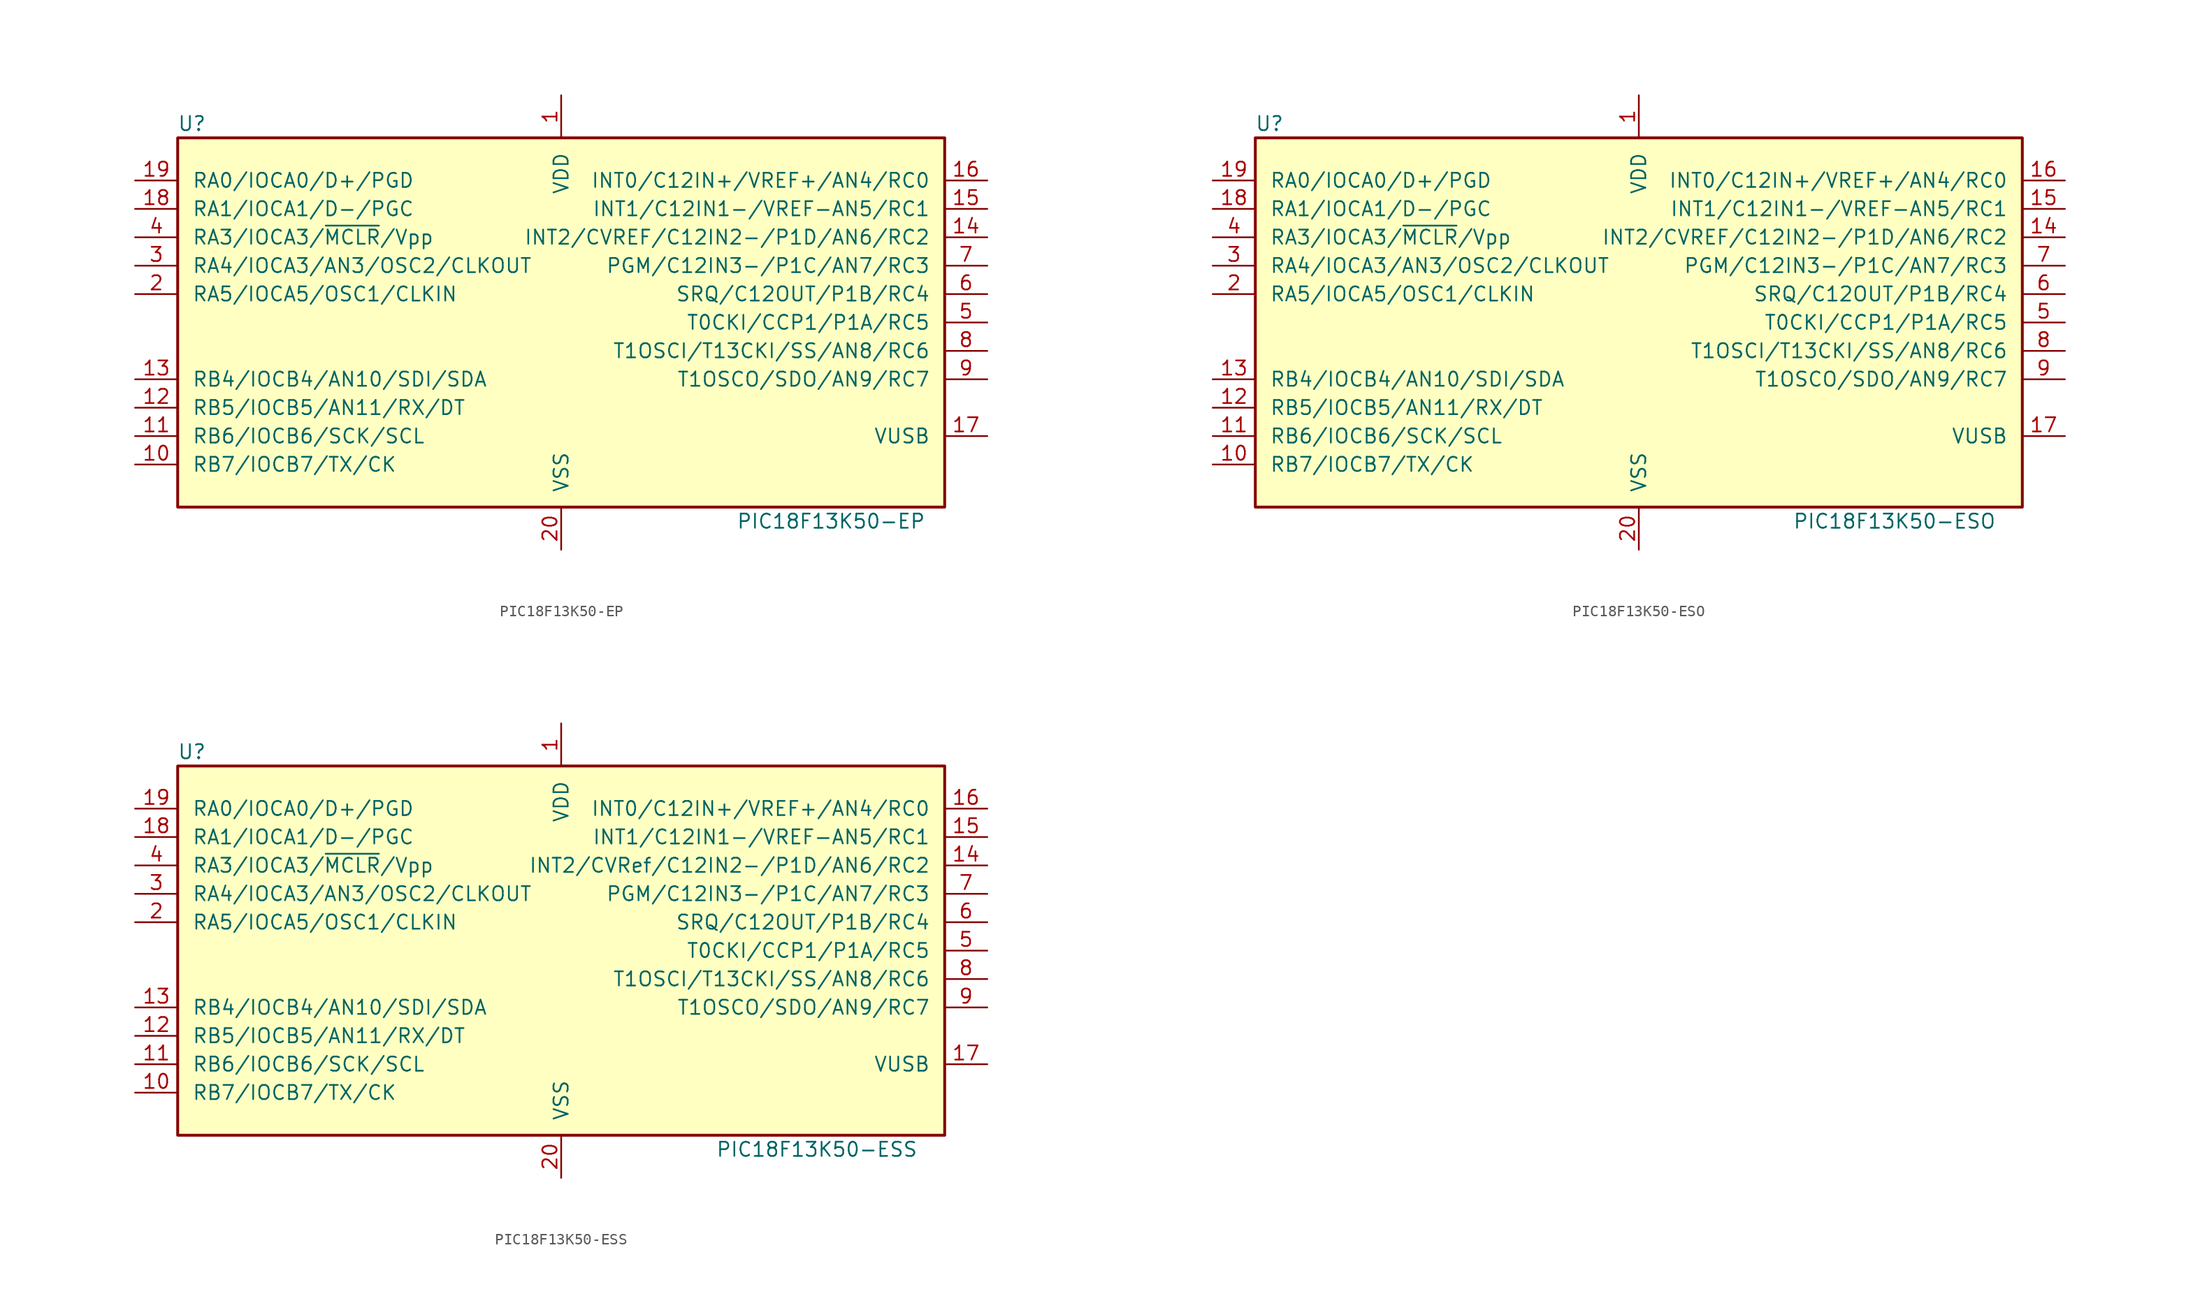
<source format=kicad_sym>
(kicad_symbol_lib
  (version 20201005)
  (generator kicad_symbol_editor)
  (symbol "MCU_Microchip_PIC18:PIC18F13K50-EP"
    (pin_names
      (offset 1.27))
    (property "Reference" "U"
      (at -33.02 17.78 0)
      (effects (font (size 1.27 1.27))))
    (property "Value" "PIC18F13K50-EP"
      (at 24.13 -17.78 0)
      (effects (font (size 1.27 1.27))))
    (symbol "PIC18F13K50-EP_0_1"
      (rectangle (start -34.29 16.51) (end 34.29 -16.51) (stroke (width 0.254)) (fill (type background))))
    (symbol "PIC18F13K50-EP_1_1"
      (pin power_in line (at 0 20.32 270) (length 3.81) (name "VDD" (effects (font (size 1.27 1.27)))) (number "1" (effects (font (size 1.27 1.27)))))
      (pin bidirectional line (at -38.1 -12.7 0) (length 3.81) (name "RB7/IOCB7/TX/CK" (effects (font (size 1.27 1.27)))) (number "10" (effects (font (size 1.27 1.27)))))
      (pin bidirectional line (at -38.1 -10.16 0) (length 3.81) (name "RB6/IOCB6/SCK/SCL" (effects (font (size 1.27 1.27)))) (number "11" (effects (font (size 1.27 1.27)))))
      (pin bidirectional line (at -38.1 -7.62 0) (length 3.81) (name "RB5/IOCB5/AN11/RX/DT" (effects (font (size 1.27 1.27)))) (number "12" (effects (font (size 1.27 1.27)))))
      (pin bidirectional line (at -38.1 -5.08 0) (length 3.81) (name "RB4/IOCB4/AN10/SDI/SDA" (effects (font (size 1.27 1.27)))) (number "13" (effects (font (size 1.27 1.27)))))
      (pin bidirectional line (at 38.1 7.62 180) (length 3.81) (name "INT2/CVREF/C12IN2-/P1D/AN6/RC2" (effects (font (size 1.27 1.27)))) (number "14" (effects (font (size 1.27 1.27)))))
      (pin bidirectional line (at 38.1 10.16 180) (length 3.81) (name "INT1/C12IN1-/VREF-AN5/RC1" (effects (font (size 1.27 1.27)))) (number "15" (effects (font (size 1.27 1.27)))))
      (pin bidirectional line (at 38.1 12.7 180) (length 3.81) (name "INT0/C12IN+/VREF+/AN4/RC0" (effects (font (size 1.27 1.27)))) (number "16" (effects (font (size 1.27 1.27)))))
      (pin passive line (at 38.1 -10.16 180) (length 3.81) (name "VUSB" (effects (font (size 1.27 1.27)))) (number "17" (effects (font (size 1.27 1.27)))))
      (pin bidirectional line (at -38.1 10.16 0) (length 3.81) (name "RA1/IOCA1/D-/PGC" (effects (font (size 1.27 1.27)))) (number "18" (effects (font (size 1.27 1.27)))))
      (pin bidirectional line (at -38.1 12.7 0) (length 3.81) (name "RA0/IOCA0/D+/PGD" (effects (font (size 1.27 1.27)))) (number "19" (effects (font (size 1.27 1.27)))))
      (pin bidirectional line (at -38.1 2.54 0) (length 3.81) (name "RA5/IOCA5/OSC1/CLKIN" (effects (font (size 1.27 1.27)))) (number "2" (effects (font (size 1.27 1.27)))))
      (pin power_in line (at 0 -20.32 90) (length 3.81) (name "VSS" (effects (font (size 1.27 1.27)))) (number "20" (effects (font (size 1.27 1.27)))))
      (pin bidirectional line (at -38.1 5.08 0) (length 3.81) (name "RA4/IOCA3/AN3/OSC2/CLKOUT" (effects (font (size 1.27 1.27)))) (number "3" (effects (font (size 1.27 1.27)))))
      (pin input line (at -38.1 7.62 0) (length 3.81) (name "RA3/IOCA3/~MCLR~/Vpp" (effects (font (size 1.27 1.27)))) (number "4" (effects (font (size 1.27 1.27)))))
      (pin bidirectional line (at 38.1 0 180) (length 3.81) (name "T0CKI/CCP1/P1A/RC5" (effects (font (size 1.27 1.27)))) (number "5" (effects (font (size 1.27 1.27)))))
      (pin bidirectional line (at 38.1 2.54 180) (length 3.81) (name "SRQ/C12OUT/P1B/RC4" (effects (font (size 1.27 1.27)))) (number "6" (effects (font (size 1.27 1.27)))))
      (pin bidirectional line (at 38.1 5.08 180) (length 3.81) (name "PGM/C12IN3-/P1C/AN7/RC3" (effects (font (size 1.27 1.27)))) (number "7" (effects (font (size 1.27 1.27)))))
      (pin bidirectional line (at 38.1 -2.54 180) (length 3.81) (name "T1OSCI/T13CKI/SS/AN8/RC6" (effects (font (size 1.27 1.27)))) (number "8" (effects (font (size 1.27 1.27)))))
      (pin bidirectional line (at 38.1 -5.08 180) (length 3.81) (name "T1OSCO/SDO/AN9/RC7" (effects (font (size 1.27 1.27)))) (number "9" (effects (font (size 1.27 1.27)))))))
  (symbol "MCU_Microchip_PIC18:PIC18F13K50-ESO"
    (pin_names
      (offset 1.27))
    (property "Reference" "U"
      (at -33.02 17.78 0)
      (effects (font (size 1.27 1.27))))
    (property "Value" "PIC18F13K50-ESO"
      (at 22.86 -17.78 0)
      (effects (font (size 1.27 1.27))))
    (symbol "PIC18F13K50-ESO_0_1"
      (rectangle (start -34.29 16.51) (end 34.29 -16.51) (stroke (width 0.254)) (fill (type background))))
    (symbol "PIC18F13K50-ESO_1_1"
      (pin power_in line (at 0 20.32 270) (length 3.81) (name "VDD" (effects (font (size 1.27 1.27)))) (number "1" (effects (font (size 1.27 1.27)))))
      (pin bidirectional line (at -38.1 -12.7 0) (length 3.81) (name "RB7/IOCB7/TX/CK" (effects (font (size 1.27 1.27)))) (number "10" (effects (font (size 1.27 1.27)))))
      (pin bidirectional line (at -38.1 -10.16 0) (length 3.81) (name "RB6/IOCB6/SCK/SCL" (effects (font (size 1.27 1.27)))) (number "11" (effects (font (size 1.27 1.27)))))
      (pin bidirectional line (at -38.1 -7.62 0) (length 3.81) (name "RB5/IOCB5/AN11/RX/DT" (effects (font (size 1.27 1.27)))) (number "12" (effects (font (size 1.27 1.27)))))
      (pin bidirectional line (at -38.1 -5.08 0) (length 3.81) (name "RB4/IOCB4/AN10/SDI/SDA" (effects (font (size 1.27 1.27)))) (number "13" (effects (font (size 1.27 1.27)))))
      (pin bidirectional line (at 38.1 7.62 180) (length 3.81) (name "INT2/CVREF/C12IN2-/P1D/AN6/RC2" (effects (font (size 1.27 1.27)))) (number "14" (effects (font (size 1.27 1.27)))))
      (pin bidirectional line (at 38.1 10.16 180) (length 3.81) (name "INT1/C12IN1-/VREF-AN5/RC1" (effects (font (size 1.27 1.27)))) (number "15" (effects (font (size 1.27 1.27)))))
      (pin bidirectional line (at 38.1 12.7 180) (length 3.81) (name "INT0/C12IN+/VREF+/AN4/RC0" (effects (font (size 1.27 1.27)))) (number "16" (effects (font (size 1.27 1.27)))))
      (pin passive line (at 38.1 -10.16 180) (length 3.81) (name "VUSB" (effects (font (size 1.27 1.27)))) (number "17" (effects (font (size 1.27 1.27)))))
      (pin bidirectional line (at -38.1 10.16 0) (length 3.81) (name "RA1/IOCA1/D-/PGC" (effects (font (size 1.27 1.27)))) (number "18" (effects (font (size 1.27 1.27)))))
      (pin bidirectional line (at -38.1 12.7 0) (length 3.81) (name "RA0/IOCA0/D+/PGD" (effects (font (size 1.27 1.27)))) (number "19" (effects (font (size 1.27 1.27)))))
      (pin bidirectional line (at -38.1 2.54 0) (length 3.81) (name "RA5/IOCA5/OSC1/CLKIN" (effects (font (size 1.27 1.27)))) (number "2" (effects (font (size 1.27 1.27)))))
      (pin power_in line (at 0 -20.32 90) (length 3.81) (name "VSS" (effects (font (size 1.27 1.27)))) (number "20" (effects (font (size 1.27 1.27)))))
      (pin bidirectional line (at -38.1 5.08 0) (length 3.81) (name "RA4/IOCA3/AN3/OSC2/CLKOUT" (effects (font (size 1.27 1.27)))) (number "3" (effects (font (size 1.27 1.27)))))
      (pin input line (at -38.1 7.62 0) (length 3.81) (name "RA3/IOCA3/~MCLR~/Vpp" (effects (font (size 1.27 1.27)))) (number "4" (effects (font (size 1.27 1.27)))))
      (pin bidirectional line (at 38.1 0 180) (length 3.81) (name "T0CKI/CCP1/P1A/RC5" (effects (font (size 1.27 1.27)))) (number "5" (effects (font (size 1.27 1.27)))))
      (pin bidirectional line (at 38.1 2.54 180) (length 3.81) (name "SRQ/C12OUT/P1B/RC4" (effects (font (size 1.27 1.27)))) (number "6" (effects (font (size 1.27 1.27)))))
      (pin bidirectional line (at 38.1 5.08 180) (length 3.81) (name "PGM/C12IN3-/P1C/AN7/RC3" (effects (font (size 1.27 1.27)))) (number "7" (effects (font (size 1.27 1.27)))))
      (pin bidirectional line (at 38.1 -2.54 180) (length 3.81) (name "T1OSCI/T13CKI/SS/AN8/RC6" (effects (font (size 1.27 1.27)))) (number "8" (effects (font (size 1.27 1.27)))))
      (pin bidirectional line (at 38.1 -5.08 180) (length 3.81) (name "T1OSCO/SDO/AN9/RC7" (effects (font (size 1.27 1.27)))) (number "9" (effects (font (size 1.27 1.27)))))))
  (symbol "MCU_Microchip_PIC18:PIC18F13K50-ESS"
    (pin_names
      (offset 1.27))
    (property "Reference" "U"
      (at -33.02 17.78 0)
      (effects (font (size 1.27 1.27))))
    (property "Value" "PIC18F13K50-ESS"
      (at 22.86 -17.78 0)
      (effects (font (size 1.27 1.27))))
    (symbol "PIC18F13K50-ESS_0_1"
      (rectangle (start -34.29 16.51) (end 34.29 -16.51) (stroke (width 0.254)) (fill (type background))))
    (symbol "PIC18F13K50-ESS_1_1"
      (pin power_in line (at 0 20.32 270) (length 3.81) (name "VDD" (effects (font (size 1.27 1.27)))) (number "1" (effects (font (size 1.27 1.27)))))
      (pin bidirectional line (at -38.1 -12.7 0) (length 3.81) (name "RB7/IOCB7/TX/CK" (effects (font (size 1.27 1.27)))) (number "10" (effects (font (size 1.27 1.27)))))
      (pin bidirectional line (at -38.1 -10.16 0) (length 3.81) (name "RB6/IOCB6/SCK/SCL" (effects (font (size 1.27 1.27)))) (number "11" (effects (font (size 1.27 1.27)))))
      (pin bidirectional line (at -38.1 -7.62 0) (length 3.81) (name "RB5/IOCB5/AN11/RX/DT" (effects (font (size 1.27 1.27)))) (number "12" (effects (font (size 1.27 1.27)))))
      (pin bidirectional line (at -38.1 -5.08 0) (length 3.81) (name "RB4/IOCB4/AN10/SDI/SDA" (effects (font (size 1.27 1.27)))) (number "13" (effects (font (size 1.27 1.27)))))
      (pin bidirectional line (at 38.1 7.62 180) (length 3.81) (name "INT2/CVRef/C12IN2-/P1D/AN6/RC2" (effects (font (size 1.27 1.27)))) (number "14" (effects (font (size 1.27 1.27)))))
      (pin bidirectional line (at 38.1 10.16 180) (length 3.81) (name "INT1/C12IN1-/VREF-AN5/RC1" (effects (font (size 1.27 1.27)))) (number "15" (effects (font (size 1.27 1.27)))))
      (pin bidirectional line (at 38.1 12.7 180) (length 3.81) (name "INT0/C12IN+/VREF+/AN4/RC0" (effects (font (size 1.27 1.27)))) (number "16" (effects (font (size 1.27 1.27)))))
      (pin passive line (at 38.1 -10.16 180) (length 3.81) (name "VUSB" (effects (font (size 1.27 1.27)))) (number "17" (effects (font (size 1.27 1.27)))))
      (pin bidirectional line (at -38.1 10.16 0) (length 3.81) (name "RA1/IOCA1/D-/PGC" (effects (font (size 1.27 1.27)))) (number "18" (effects (font (size 1.27 1.27)))))
      (pin bidirectional line (at -38.1 12.7 0) (length 3.81) (name "RA0/IOCA0/D+/PGD" (effects (font (size 1.27 1.27)))) (number "19" (effects (font (size 1.27 1.27)))))
      (pin bidirectional line (at -38.1 2.54 0) (length 3.81) (name "RA5/IOCA5/OSC1/CLKIN" (effects (font (size 1.27 1.27)))) (number "2" (effects (font (size 1.27 1.27)))))
      (pin power_in line (at 0 -20.32 90) (length 3.81) (name "VSS" (effects (font (size 1.27 1.27)))) (number "20" (effects (font (size 1.27 1.27)))))
      (pin bidirectional line (at -38.1 5.08 0) (length 3.81) (name "RA4/IOCA3/AN3/OSC2/CLKOUT" (effects (font (size 1.27 1.27)))) (number "3" (effects (font (size 1.27 1.27)))))
      (pin input line (at -38.1 7.62 0) (length 3.81) (name "RA3/IOCA3/~MCLR~/Vpp" (effects (font (size 1.27 1.27)))) (number "4" (effects (font (size 1.27 1.27)))))
      (pin bidirectional line (at 38.1 0 180) (length 3.81) (name "T0CKI/CCP1/P1A/RC5" (effects (font (size 1.27 1.27)))) (number "5" (effects (font (size 1.27 1.27)))))
      (pin bidirectional line (at 38.1 2.54 180) (length 3.81) (name "SRQ/C12OUT/P1B/RC4" (effects (font (size 1.27 1.27)))) (number "6" (effects (font (size 1.27 1.27)))))
      (pin bidirectional line (at 38.1 5.08 180) (length 3.81) (name "PGM/C12IN3-/P1C/AN7/RC3" (effects (font (size 1.27 1.27)))) (number "7" (effects (font (size 1.27 1.27)))))
      (pin bidirectional line (at 38.1 -2.54 180) (length 3.81) (name "T1OSCI/T13CKI/SS/AN8/RC6" (effects (font (size 1.27 1.27)))) (number "8" (effects (font (size 1.27 1.27)))))
      (pin bidirectional line (at 38.1 -5.08 180) (length 3.81) (name "T1OSCO/SDO/AN9/RC7" (effects (font (size 1.27 1.27)))) (number "9" (effects (font (size 1.27 1.27))))))))
</source>
